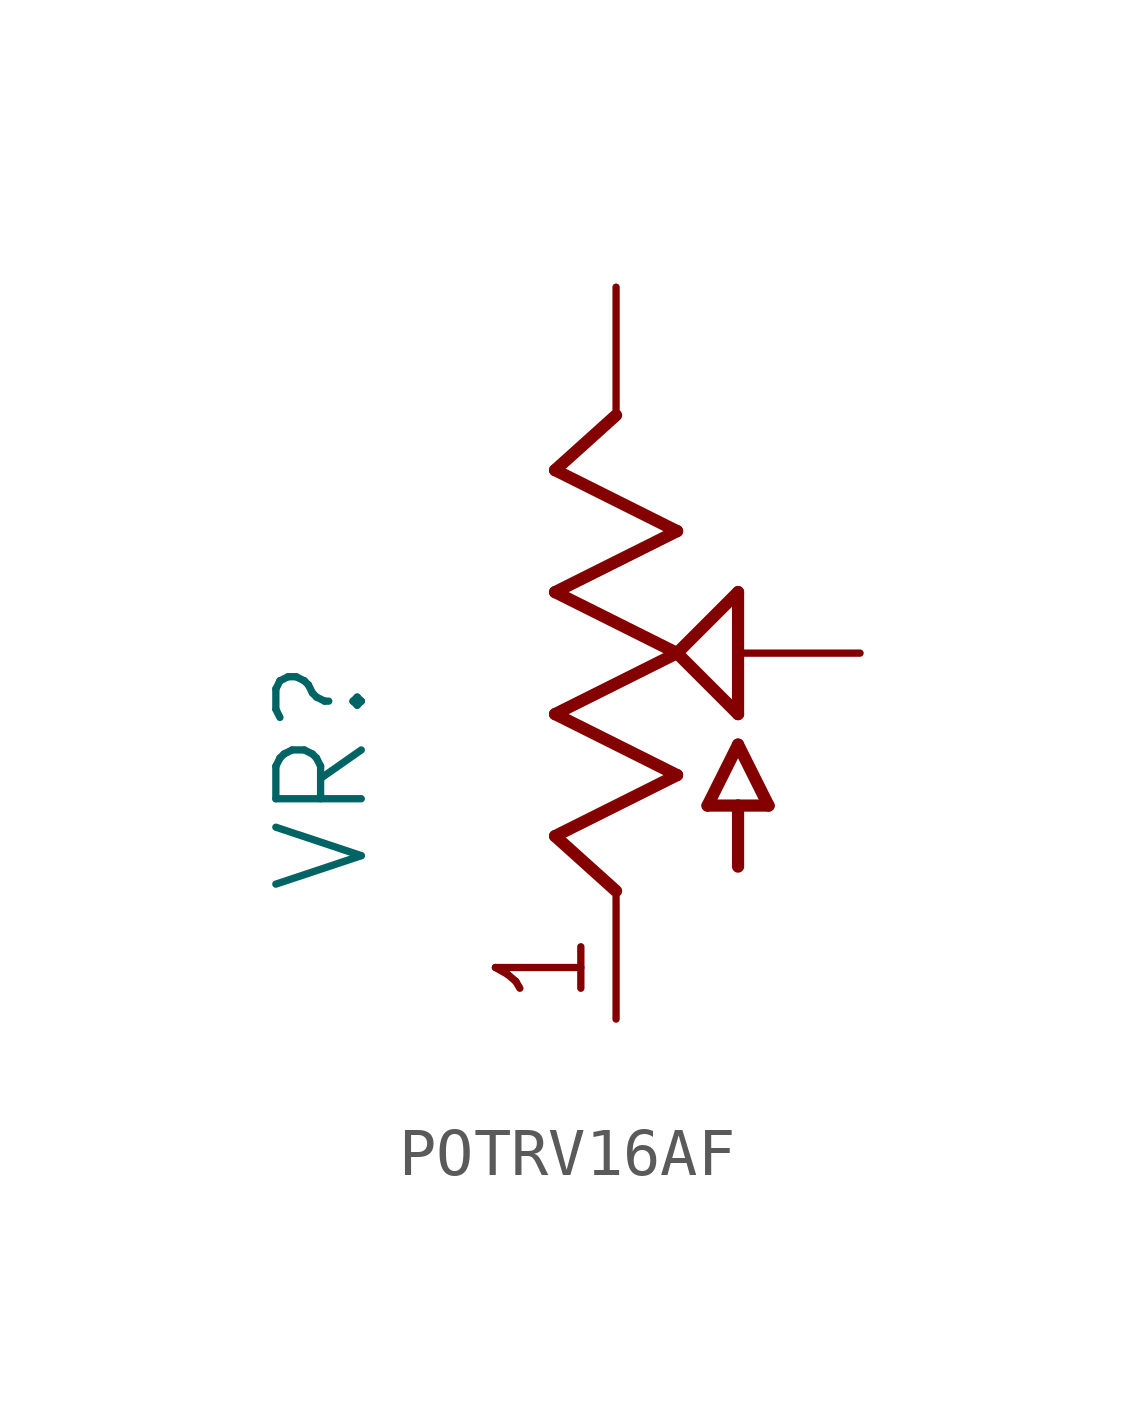
<source format=kicad_sym>
(kicad_symbol_lib
  (version 20231120)
  (generator "kicad_symbol_editor")
  (generator_version "8.0")
  (symbol "POTRV16AF"
    (property "Reference" "VR"
      (at -5.08 -5.08 90)
      (effects (font (size 1.778 1.778)) (justify left bottom)))
    (property "Value" ""
      (at -2.54 -5.08 90)
      (effects (font (size 1.778 1.778)) (justify left bottom)))
    (property "ki_locked" ""
      (at 0 0 0)
      (effects (font (size 1.27 1.27))))
    (symbol "POTRV16AF_1_0"
      (polyline (pts (xy -1.27 -3.81) (xy 0 -4.953)) (stroke (width 0.254) (type solid)) (fill (type none)))
      (polyline (pts (xy -1.27 -1.27) (xy 1.27 -2.54)) (stroke (width 0.254) (type solid)) (fill (type none)))
      (polyline (pts (xy -1.27 1.27) (xy 1.27 0)) (stroke (width 0.254) (type solid)) (fill (type none)))
      (polyline (pts (xy -1.27 3.81) (xy 1.27 2.54)) (stroke (width 0.254) (type solid)) (fill (type none)))
      (polyline (pts (xy 0 4.953) (xy -1.27 3.81)) (stroke (width 0.254) (type solid)) (fill (type none)))
      (polyline (pts (xy 1.27 -2.54) (xy -1.27 -3.81)) (stroke (width 0.254) (type solid)) (fill (type none)))
      (polyline (pts (xy 1.27 0) (xy -1.27 -1.27)) (stroke (width 0.254) (type solid)) (fill (type none)))
      (polyline (pts (xy 1.27 0) (xy 2.54 1.27)) (stroke (width 0.254) (type solid)) (fill (type none)))
      (polyline (pts (xy 1.27 2.54) (xy -1.27 1.27)) (stroke (width 0.254) (type solid)) (fill (type none)))
      (polyline (pts (xy 1.905 -3.175) (xy 2.54 -3.175)) (stroke (width 0.254) (type solid)) (fill (type none)))
      (polyline (pts (xy 2.54 -4.445) (xy 2.54 -3.175)) (stroke (width 0.254) (type solid)) (fill (type none)))
      (polyline (pts (xy 2.54 -3.175) (xy 3.175 -3.175)) (stroke (width 0.254) (type solid)) (fill (type none)))
      (polyline (pts (xy 2.54 -1.905) (xy 1.905 -3.175)) (stroke (width 0.254) (type solid)) (fill (type none)))
      (polyline (pts (xy 2.54 -1.27) (xy 1.27 0)) (stroke (width 0.254) (type solid)) (fill (type none)))
      (polyline (pts (xy 2.54 1.27) (xy 2.54 -1.27)) (stroke (width 0.254) (type solid)) (fill (type none)))
      (polyline (pts (xy 3.175 -3.175) (xy 2.54 -1.905)) (stroke (width 0.254) (type solid)) (fill (type none)))
      (text "1" (at -0.508 -7.366 900) (effects (font (size 1.778 1.511)) (justify left bottom)))
      (pin passive line (at 0 -7.62 90) (length 2.54) (name "1" (effects (font (size 0 0)))) (number "1" (effects (font (size 0 0)))))
      (pin passive line (at 5.08 0 180) (length 2.54) (name "2" (effects (font (size 0 0)))) (number "2" (effects (font (size 0 0)))))
      (pin passive line (at 0 7.62 270) (length 2.54) (name "3" (effects (font (size 0 0)))) (number "3" (effects (font (size 0 0))))))))
</source>
